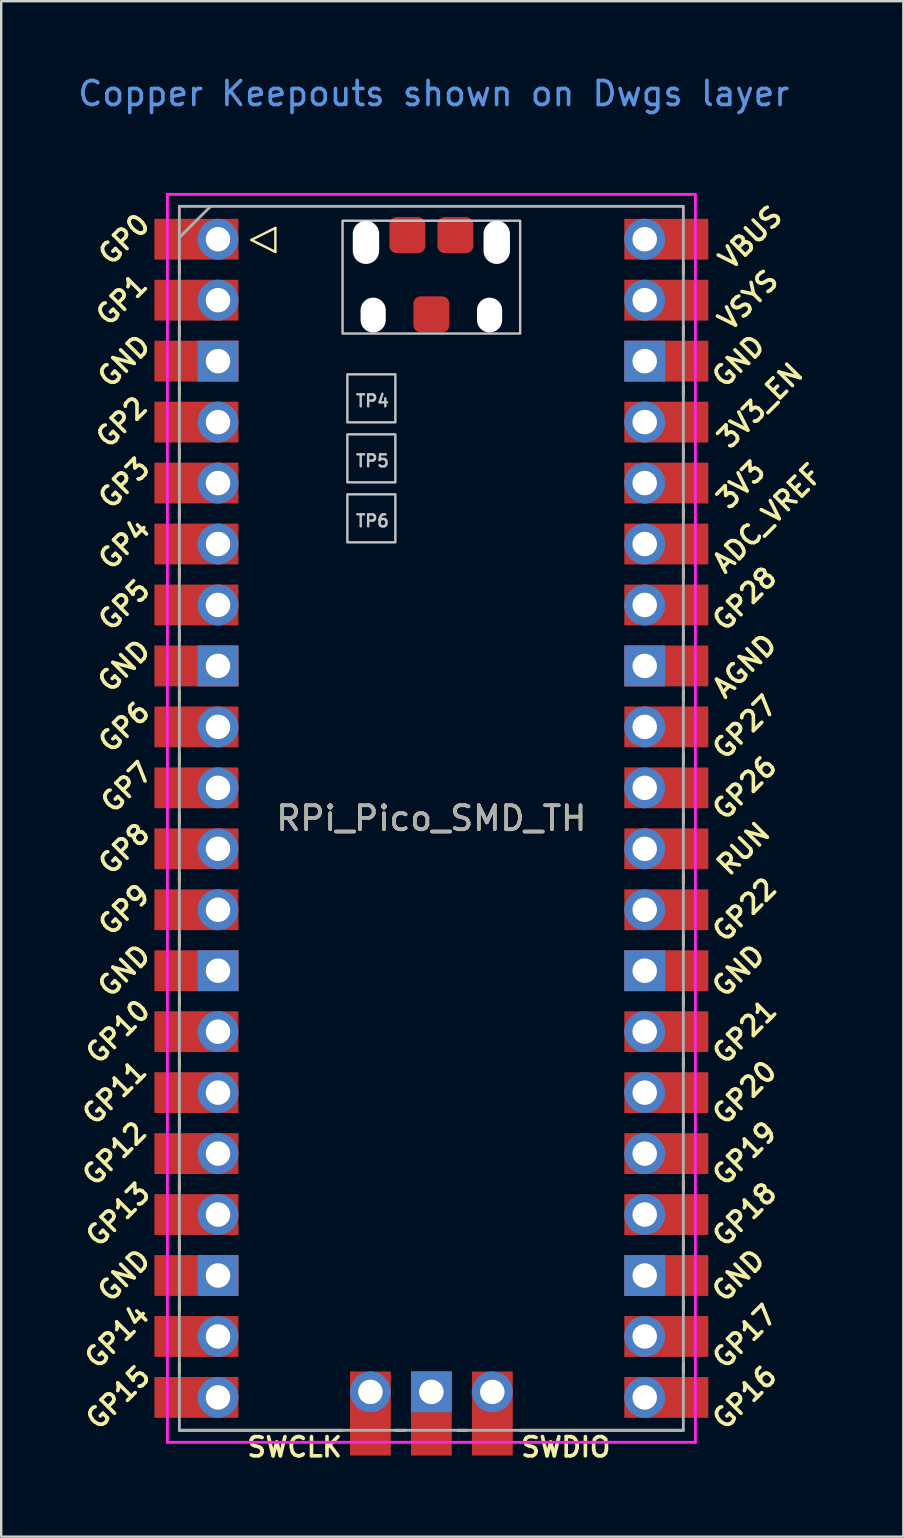
<source format=kicad_pcb>
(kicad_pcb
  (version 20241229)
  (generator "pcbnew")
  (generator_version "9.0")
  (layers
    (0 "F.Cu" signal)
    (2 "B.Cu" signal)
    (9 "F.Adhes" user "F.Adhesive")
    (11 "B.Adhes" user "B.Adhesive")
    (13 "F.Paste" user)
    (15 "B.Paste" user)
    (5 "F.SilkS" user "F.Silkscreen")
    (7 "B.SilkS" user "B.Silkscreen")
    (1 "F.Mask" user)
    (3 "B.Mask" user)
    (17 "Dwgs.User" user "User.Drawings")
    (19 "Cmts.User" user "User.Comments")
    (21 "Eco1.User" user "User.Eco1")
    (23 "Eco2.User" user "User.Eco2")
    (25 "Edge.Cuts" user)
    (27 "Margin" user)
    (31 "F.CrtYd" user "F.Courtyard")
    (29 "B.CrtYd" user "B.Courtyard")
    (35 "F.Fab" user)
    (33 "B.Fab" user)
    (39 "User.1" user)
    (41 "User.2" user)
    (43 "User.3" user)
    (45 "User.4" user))
  (footprint "RPi_Pico_SMD_TH"
    (layer "F.Cu")
    (at 14.924 31.048)
    (property "Reference" "RPi_Pico_SMD_TH" (at 0 0 0) (layer "F.SilkS") (effects (font (size 1 1) (thickness 0.15))))
    (fp_line (start -10.5 -23.1) (end -10.5 -22.7) (stroke (width 0.12) (type solid)) (layer "F.SilkS"))
    (fp_line (start -10.5 -20.5) (end -10.5 -20.1) (stroke (width 0.12) (type solid)) (layer "F.SilkS"))
    (fp_line (start -10.5 -18) (end -10.5 -17.6) (stroke (width 0.12) (type solid)) (layer "F.SilkS"))
    (fp_line (start -10.5 -15.4) (end -10.5 -15) (stroke (width 0.12) (type solid)) (layer "F.SilkS"))
    (fp_line (start -10.5 -12.9) (end -10.5 -12.5) (stroke (width 0.12) (type solid)) (layer "F.SilkS"))
    (fp_line (start -10.5 -10.4) (end -10.5 -10) (stroke (width 0.12) (type solid)) (layer "F.SilkS"))
    (fp_line (start -10.5 -7.8) (end -10.5 -7.4) (stroke (width 0.12) (type solid)) (layer "F.SilkS"))
    (fp_line (start -10.5 -5.3) (end -10.5 -4.9) (stroke (width 0.12) (type solid)) (layer "F.SilkS"))
    (fp_line (start -10.5 -2.7) (end -10.5 -2.3) (stroke (width 0.12) (type solid)) (layer "F.SilkS"))
    (fp_line (start -10.5 -0.2) (end -10.5 0.2) (stroke (width 0.12) (type solid)) (layer "F.SilkS"))
    (fp_line (start -10.5 2.3) (end -10.5 2.7) (stroke (width 0.12) (type solid)) (layer "F.SilkS"))
    (fp_line (start -10.5 4.9) (end -10.5 5.3) (stroke (width 0.12) (type solid)) (layer "F.SilkS"))
    (fp_line (start -10.5 7.4) (end -10.5 7.8) (stroke (width 0.12) (type solid)) (layer "F.SilkS"))
    (fp_line (start -10.5 10) (end -10.5 10.4) (stroke (width 0.12) (type solid)) (layer "F.SilkS"))
    (fp_line (start -10.5 12.5) (end -10.5 12.9) (stroke (width 0.12) (type solid)) (layer "F.SilkS"))
    (fp_line (start -10.5 15.1) (end -10.5 15.5) (stroke (width 0.12) (type solid)) (layer "F.SilkS"))
    (fp_line (start -10.5 17.6) (end -10.5 18) (stroke (width 0.12) (type solid)) (layer "F.SilkS"))
    (fp_line (start -10.5 20.1) (end -10.5 20.5) (stroke (width 0.12) (type solid)) (layer "F.SilkS"))
    (fp_line (start -10.5 22.7) (end -10.5 23.1) (stroke (width 0.12) (type solid)) (layer "F.SilkS"))
    (fp_line (start -7.5 -24.1) (end -6.5 -23.6) (stroke (width 0.1) (type default)) (layer "F.SilkS"))
    (fp_line (start -6.5 -24.6) (end -7.5 -24.1) (stroke (width 0.1) (type default)) (layer "F.SilkS"))
    (fp_line (start -6.5 -23.6) (end -6.5 -24.6) (stroke (width 0.1) (type default)) (layer "F.SilkS"))
    (fp_line (start -3.7 25.5) (end -10.5 25.5) (stroke (width 0.12) (type solid)) (layer "F.SilkS"))
    (fp_line (start -1.5 25.5) (end -1.1 25.5) (stroke (width 0.12) (type solid)) (layer "F.SilkS"))
    (fp_line (start 1.1 25.5) (end 1.5 25.5) (stroke (width 0.12) (type solid)) (layer "F.SilkS"))
    (fp_line (start 10.5 -23.1) (end 10.5 -22.7) (stroke (width 0.12) (type solid)) (layer "F.SilkS"))
    (fp_line (start 10.5 -20.5) (end 10.5 -20.1) (stroke (width 0.12) (type solid)) (layer "F.SilkS"))
    (fp_line (start 10.5 -18) (end 10.5 -17.6) (stroke (width 0.12) (type solid)) (layer "F.SilkS"))
    (fp_line (start 10.5 -15.4) (end 10.5 -15) (stroke (width 0.12) (type solid)) (layer "F.SilkS"))
    (fp_line (start 10.5 -12.9) (end 10.5 -12.5) (stroke (width 0.12) (type solid)) (layer "F.SilkS"))
    (fp_line (start 10.5 -10.4) (end 10.5 -10) (stroke (width 0.12) (type solid)) (layer "F.SilkS"))
    (fp_line (start 10.5 -7.8) (end 10.5 -7.4) (stroke (width 0.12) (type solid)) (layer "F.SilkS"))
    (fp_line (start 10.5 -5.3) (end 10.5 -4.9) (stroke (width 0.12) (type solid)) (layer "F.SilkS"))
    (fp_line (start 10.5 -2.7) (end 10.5 -2.3) (stroke (width 0.12) (type solid)) (layer "F.SilkS"))
    (fp_line (start 10.5 -0.2) (end 10.5 0.2) (stroke (width 0.12) (type solid)) (layer "F.SilkS"))
    (fp_line (start 10.5 2.3) (end 10.5 2.7) (stroke (width 0.12) (type solid)) (layer "F.SilkS"))
    (fp_line (start 10.5 4.9) (end 10.5 5.3) (stroke (width 0.12) (type solid)) (layer "F.SilkS"))
    (fp_line (start 10.5 7.4) (end 10.5 7.8) (stroke (width 0.12) (type solid)) (layer "F.SilkS"))
    (fp_line (start 10.5 10) (end 10.5 10.4) (stroke (width 0.12) (type solid)) (layer "F.SilkS"))
    (fp_line (start 10.5 12.5) (end 10.5 12.9) (stroke (width 0.12) (type solid)) (layer "F.SilkS"))
    (fp_line (start 10.5 15.1) (end 10.5 15.5) (stroke (width 0.12) (type solid)) (layer "F.SilkS"))
    (fp_line (start 10.5 17.6) (end 10.5 18) (stroke (width 0.12) (type solid)) (layer "F.SilkS"))
    (fp_line (start 10.5 20.1) (end 10.5 20.5) (stroke (width 0.12) (type solid)) (layer "F.SilkS"))
    (fp_line (start 10.5 22.7) (end 10.5 23.1) (stroke (width 0.12) (type solid)) (layer "F.SilkS"))
    (fp_line (start 10.5 25.5) (end 3.7 25.5) (stroke (width 0.12) (type solid)) (layer "F.SilkS"))
    (fp_poly (pts (xy -1.5 -16.5) (xy -3.5 -16.5) (xy -3.5 -18.5) (xy -1.5 -18.5)) (stroke (width 0.1) (type solid)) (fill no) (layer "Dwgs.User"))
    (fp_poly (pts (xy -1.5 -14) (xy -3.5 -14) (xy -3.5 -16) (xy -1.5 -16)) (stroke (width 0.1) (type solid)) (fill no) (layer "Dwgs.User"))
    (fp_poly (pts (xy -1.5 -11.5) (xy -3.5 -11.5) (xy -3.5 -13.5) (xy -1.5 -13.5)) (stroke (width 0.1) (type solid)) (fill no) (layer "Dwgs.User"))
    (fp_poly (pts (xy 3.7 -20.2) (xy -3.7 -20.2) (xy -3.7 -24.9) (xy 3.7 -24.9)) (stroke (width 0.1) (type solid)) (fill no) (layer "Dwgs.User"))
    (fp_line (start -11 -26) (end 11 -26) (stroke (width 0.12) (type solid)) (layer "F.CrtYd"))
    (fp_line (start -11 26) (end -11 -26) (stroke (width 0.12) (type solid)) (layer "F.CrtYd"))
    (fp_line (start 11 -26) (end 11 26) (stroke (width 0.12) (type solid)) (layer "F.CrtYd"))
    (fp_line (start 11 26) (end -11 26) (stroke (width 0.12) (type solid)) (layer "F.CrtYd"))
    (fp_line (start -10.5 -25.5) (end 10.5 -25.5) (stroke (width 0.12) (type solid)) (layer "F.Fab"))
    (fp_line (start -10.5 -24.2) (end -9.2 -25.5) (stroke (width 0.12) (type solid)) (layer "F.Fab"))
    (fp_line (start -10.5 25.5) (end -10.5 -25.5) (stroke (width 0.12) (type solid)) (layer "F.Fab"))
    (fp_line (start 10.5 -25.5) (end 10.5 25.5) (stroke (width 0.12) (type solid)) (layer "F.Fab"))
    (fp_line (start 10.5 25.5) (end -10.5 25.5) (stroke (width 0.12) (type solid)) (layer "F.Fab"))
    (fp_text user "GP19" (at 13.054 13.97 45) (layer "F.SilkS") (effects (font (size 0.8 0.8) (thickness 0.15))))
    (fp_text user "AGND" (at 13.054 -6.35 45) (layer "F.SilkS") (effects (font (size 0.8 0.8) (thickness 0.15))))
    (fp_text user "GP18" (at 13.054 16.51 45) (layer "F.SilkS") (effects (font (size 0.8 0.8) (thickness 0.15))))
    (fp_text user "GP4" (at -12.8 -11.43 45) (layer "F.SilkS") (effects (font (size 0.8 0.8) (thickness 0.15))))
    (fp_text user "GP7" (at -12.7 -1.3 45) (layer "F.SilkS") (effects (font (size 0.8 0.8) (thickness 0.15))))
    (fp_text user "VSYS" (at 13.2 -21.59 45) (layer "F.SilkS") (effects (font (size 0.8 0.8) (thickness 0.15))))
    (fp_text user "GP26" (at 13.054 -1.27 45) (layer "F.SilkS") (effects (font (size 0.8 0.8) (thickness 0.15))))
    (fp_text user "GP8" (at -12.8 1.27 45) (layer "F.SilkS") (effects (font (size 0.8 0.8) (thickness 0.15))))
    (fp_text user "GND" (at -12.8 -6.35 45) (layer "F.SilkS") (effects (font (size 0.8 0.8) (thickness 0.15))))
    (fp_text user "GND" (at -12.8 6.35 45) (layer "F.SilkS") (effects (font (size 0.8 0.8) (thickness 0.15))))
    (fp_text user "SWDIO" (at 5.6 26.2 0) (layer "F.SilkS") (effects (font (size 0.8 0.8) (thickness 0.15))))
    (fp_text user "VBUS" (at 13.3 -24.2 45) (layer "F.SilkS") (effects (font (size 0.8 0.8) (thickness 0.15))))
    (fp_text user "3V3" (at 12.9 -13.9 45) (layer "F.SilkS") (effects (font (size 0.8 0.8) (thickness 0.15))))
    (fp_text user "GND" (at -12.8 19.05 45) (layer "F.SilkS") (effects (font (size 0.8 0.8) (thickness 0.15))))
    (fp_text user "GND" (at -12.8 -19.05 45) (layer "F.SilkS") (effects (font (size 0.8 0.8) (thickness 0.15))))
    (fp_text user "GND" (at 12.8 19.05 45) (layer "F.SilkS") (effects (font (size 0.8 0.8) (thickness 0.15))))
    (fp_text user "GND" (at 12.8 6.35 45) (layer "F.SilkS") (effects (font (size 0.8 0.8) (thickness 0.15))))
    (fp_text user "GP9" (at -12.8 3.81 45) (layer "F.SilkS") (effects (font (size 0.8 0.8) (thickness 0.15))))
    (fp_text user "GP5" (at -12.8 -8.89 45) (layer "F.SilkS") (effects (font (size 0.8 0.8) (thickness 0.15))))
    (fp_text user "GP6" (at -12.8 -3.81 45) (layer "F.SilkS") (effects (font (size 0.8 0.8) (thickness 0.15))))
    (fp_text user "GP21" (at 13.054 8.9 45) (layer "F.SilkS") (effects (font (size 0.8 0.8) (thickness 0.15))))
    (fp_text user "GP20" (at 13.054 11.43 45) (layer "F.SilkS") (effects (font (size 0.8 0.8) (thickness 0.15))))
    (fp_text user "GP12" (at -13.2 13.97 45) (layer "F.SilkS") (effects (font (size 0.8 0.8) (thickness 0.15))))
    (fp_text user "ADC_VREF" (at 14 -12.5 45) (layer "F.SilkS") (effects (font (size 0.8 0.8) (thickness 0.15))))
    (fp_text user "RUN" (at 13 1.27 45) (layer "F.SilkS") (effects (font (size 0.8 0.8) (thickness 0.15))))
    (fp_text user "GP3" (at -12.8 -13.97 45) (layer "F.SilkS") (effects (font (size 0.8 0.8) (thickness 0.15))))
    (fp_text user "GP15" (at -13.054 24.13 45) (layer "F.SilkS") (effects (font (size 0.8 0.8) (thickness 0.15))))
    (fp_text user "GP0" (at -12.8 -24.13 45) (layer "F.SilkS") (effects (font (size 0.8 0.8) (thickness 0.15))))
    (fp_text user "3V3_EN" (at 13.7 -17.2 45) (layer "F.SilkS") (effects (font (size 0.8 0.8) (thickness 0.15))))
    (fp_text user "GP27" (at 13.054 -3.8 45) (layer "F.SilkS") (effects (font (size 0.8 0.8) (thickness 0.15))))
    (fp_text user "GP17" (at 13.054 21.59 45) (layer "F.SilkS") (effects (font (size 0.8 0.8) (thickness 0.15))))
    (fp_text user "GND" (at 12.8 -19.05 45) (layer "F.SilkS") (effects (font (size 0.8 0.8) (thickness 0.15))))
    (fp_text user "GP11" (at -13.2 11.43 45) (layer "F.SilkS") (effects (font (size 0.8 0.8) (thickness 0.15))))
    (fp_text user "SWCLK" (at -5.7 26.2 0) (layer "F.SilkS") (effects (font (size 0.8 0.8) (thickness 0.15))))
    (fp_text user "GP14" (at -13.1 21.59 45) (layer "F.SilkS") (effects (font (size 0.8 0.8) (thickness 0.15))))
    (fp_text user "GP2" (at -12.9 -16.51 45) (layer "F.SilkS") (effects (font (size 0.8 0.8) (thickness 0.15))))
    (fp_text user "GP13" (at -13.054 16.51 45) (layer "F.SilkS") (effects (font (size 0.8 0.8) (thickness 0.15))))
    (fp_text user "GP28" (at 13.054 -9.144 45) (layer "F.SilkS") (effects (font (size 0.8 0.8) (thickness 0.15))))
    (fp_text user "GP1" (at -12.9 -21.6 45) (layer "F.SilkS") (effects (font (size 0.8 0.8) (thickness 0.15))))
    (fp_text user "GP10" (at -13.054 8.89 45) (layer "F.SilkS") (effects (font (size 0.8 0.8) (thickness 0.15))))
    (fp_text user "GP22" (at 13.054 3.81 45) (layer "F.SilkS") (effects (font (size 0.8 0.8) (thickness 0.15))))
    (fp_text user "GP16" (at 13.054 24.13 45) (layer "F.SilkS") (effects (font (size 0.8 0.8) (thickness 0.15))))
    (fp_text user "TP6" (at -3.2 -12.1 0) (unlocked yes) (layer "Dwgs.User") (effects (font (size 0.5 0.5) (thickness 0.1) (bold yes)) (justify left bottom)))
    (fp_text user "TP4" (at -3.2 -17.1 0) (unlocked yes) (layer "Dwgs.User") (effects (font (size 0.5 0.5) (thickness 0.1) (bold yes)) (justify left bottom)))
    (fp_text user "TP5" (at -3.2 -14.6 0) (unlocked yes) (layer "Dwgs.User") (effects (font (size 0.5 0.5) (thickness 0.1) (bold yes)) (justify left bottom)))
    (fp_text user "Copper Keepouts shown on Dwgs layer" (at 0.1 -30.2 0) (layer "Cmts.User") (effects (font (size 1 1) (thickness 0.15))))
    (fp_text user "${REFERENCE}" (at 0 0 180) (layer "F.Fab") (effects (font (size 1 1) (thickness 0.15))))
    (pad "" np_thru_hole oval (at -2.725 -24) (size 1.1 1.8) (drill oval 1.2 1.9) (layers "*.Cu" "*.Mask"))
    (pad "" np_thru_hole oval (at -2.425 -20.97) (size 1.05 1.45) (drill oval 1.15 1.55) (layers "*.Cu" "*.Mask"))
    (pad "" np_thru_hole oval (at 2.425 -20.97) (size 1.05 1.45) (drill oval 1.15 1.55) (layers "*.Cu" "*.Mask"))
    (pad "" np_thru_hole oval (at 2.725 -24) (size 1.1 1.8) (drill oval 1.2 1.9) (layers "*.Cu" "*.Mask"))
    (pad "1" thru_hole oval (at -8.89 -24.13) (size 1.7 1.7) (drill 1.02) (layers "*.Cu" "*.Mask"))
    (pad "1" smd rect (at -8.89 -24.13) (size 3.5 1.7) (drill (offset -0.9 0)) (layers "F.Cu" "F.Mask"))
    (pad "2" thru_hole oval (at -8.89 -21.59) (size 1.7 1.7) (drill 1.02) (layers "*.Cu" "*.Mask"))
    (pad "2" smd rect (at -8.89 -21.59) (size 3.5 1.7) (drill (offset -0.9 0)) (layers "F.Cu" "F.Mask"))
    (pad "3" thru_hole rect (at -8.89 -19.05) (size 1.7 1.7) (drill 1.02) (layers "*.Cu" "*.Mask"))
    (pad "3" smd rect (at -8.89 -19.05) (size 3.5 1.7) (drill (offset -0.9 0)) (layers "F.Cu" "F.Mask"))
    (pad "4" thru_hole oval (at -8.89 -16.51) (size 1.7 1.7) (drill 1.02) (layers "*.Cu" "*.Mask"))
    (pad "4" smd rect (at -8.89 -16.51) (size 3.5 1.7) (drill (offset -0.9 0)) (layers "F.Cu" "F.Mask"))
    (pad "5" thru_hole oval (at -8.89 -13.97) (size 1.7 1.7) (drill 1.02) (layers "*.Cu" "*.Mask"))
    (pad "5" smd rect (at -8.89 -13.97) (size 3.5 1.7) (drill (offset -0.9 0)) (layers "F.Cu" "F.Mask"))
    (pad "6" thru_hole oval (at -8.89 -11.43) (size 1.7 1.7) (drill 1.02) (layers "*.Cu" "*.Mask"))
    (pad "6" smd rect (at -8.89 -11.43) (size 3.5 1.7) (drill (offset -0.9 0)) (layers "F.Cu" "F.Mask"))
    (pad "7" thru_hole oval (at -8.89 -8.89) (size 1.7 1.7) (drill 1.02) (layers "*.Cu" "*.Mask"))
    (pad "7" smd rect (at -8.89 -8.89) (size 3.5 1.7) (drill (offset -0.9 0)) (layers "F.Cu" "F.Mask"))
    (pad "8" thru_hole rect (at -8.89 -6.35) (size 1.7 1.7) (drill 1.02) (layers "*.Cu" "*.Mask"))
    (pad "8" smd rect (at -8.89 -6.35) (size 3.5 1.7) (drill (offset -0.9 0)) (layers "F.Cu" "F.Mask"))
    (pad "9" thru_hole oval (at -8.89 -3.81) (size 1.7 1.7) (drill 1.02) (layers "*.Cu" "*.Mask"))
    (pad "9" smd rect (at -8.89 -3.81) (size 3.5 1.7) (drill (offset -0.9 0)) (layers "F.Cu" "F.Mask"))
    (pad "10" thru_hole oval (at -8.89 -1.27) (size 1.7 1.7) (drill 1.02) (layers "*.Cu" "*.Mask"))
    (pad "10" smd rect (at -8.89 -1.27) (size 3.5 1.7) (drill (offset -0.9 0)) (layers "F.Cu" "F.Mask"))
    (pad "11" thru_hole oval (at -8.89 1.27) (size 1.7 1.7) (drill 1.02) (layers "*.Cu" "*.Mask"))
    (pad "11" smd rect (at -8.89 1.27) (size 3.5 1.7) (drill (offset -0.9 0)) (layers "F.Cu" "F.Mask"))
    (pad "12" thru_hole oval (at -8.89 3.81) (size 1.7 1.7) (drill 1.02) (layers "*.Cu" "*.Mask"))
    (pad "12" smd rect (at -8.89 3.81) (size 3.5 1.7) (drill (offset -0.9 0)) (layers "F.Cu" "F.Mask"))
    (pad "13" thru_hole rect (at -8.89 6.35) (size 1.7 1.7) (drill 1.02) (layers "*.Cu" "*.Mask"))
    (pad "13" smd rect (at -8.89 6.35) (size 3.5 1.7) (drill (offset -0.9 0)) (layers "F.Cu" "F.Mask"))
    (pad "14" thru_hole oval (at -8.89 8.89) (size 1.7 1.7) (drill 1.02) (layers "*.Cu" "*.Mask"))
    (pad "14" smd rect (at -8.89 8.89) (size 3.5 1.7) (drill (offset -0.9 0)) (layers "F.Cu" "F.Mask"))
    (pad "15" thru_hole oval (at -8.89 11.43) (size 1.7 1.7) (drill 1.02) (layers "*.Cu" "*.Mask"))
    (pad "15" smd rect (at -8.89 11.43) (size 3.5 1.7) (drill (offset -0.9 0)) (layers "F.Cu" "F.Mask"))
    (pad "16" thru_hole oval (at -8.89 13.97) (size 1.7 1.7) (drill 1.02) (layers "*.Cu" "*.Mask"))
    (pad "16" smd rect (at -8.89 13.97) (size 3.5 1.7) (drill (offset -0.9 0)) (layers "F.Cu" "F.Mask"))
    (pad "17" thru_hole oval (at -8.89 16.51) (size 1.7 1.7) (drill 1.02) (layers "*.Cu" "*.Mask"))
    (pad "17" smd rect (at -8.89 16.51) (size 3.5 1.7) (drill (offset -0.9 0)) (layers "F.Cu" "F.Mask"))
    (pad "18" thru_hole rect (at -8.89 19.05) (size 1.7 1.7) (drill 1.02) (layers "*.Cu" "*.Mask"))
    (pad "18" smd rect (at -8.89 19.05) (size 3.5 1.7) (drill (offset -0.9 0)) (layers "F.Cu" "F.Mask"))
    (pad "19" thru_hole oval (at -8.89 21.59) (size 1.7 1.7) (drill 1.02) (layers "*.Cu" "*.Mask"))
    (pad "19" smd rect (at -8.89 21.59) (size 3.5 1.7) (drill (offset -0.9 0)) (layers "F.Cu" "F.Mask"))
    (pad "20" thru_hole oval (at -8.89 24.13) (size 1.7 1.7) (drill 1.02) (layers "*.Cu" "*.Mask"))
    (pad "20" smd rect (at -8.89 24.13) (size 3.5 1.7) (drill (offset -0.9 0)) (layers "F.Cu" "F.Mask"))
    (pad "21" thru_hole oval (at 8.89 24.13) (size 1.7 1.7) (drill 1.02) (layers "*.Cu" "*.Mask"))
    (pad "21" smd rect (at 8.89 24.13) (size 3.5 1.7) (drill (offset 0.9 0)) (layers "F.Cu" "F.Mask"))
    (pad "22" thru_hole oval (at 8.89 21.59) (size 1.7 1.7) (drill 1.02) (layers "*.Cu" "*.Mask"))
    (pad "22" smd rect (at 8.89 21.59) (size 3.5 1.7) (drill (offset 0.9 0)) (layers "F.Cu" "F.Mask"))
    (pad "23" thru_hole rect (at 8.89 19.05) (size 1.7 1.7) (drill 1.02) (layers "*.Cu" "*.Mask"))
    (pad "23" smd rect (at 8.89 19.05) (size 3.5 1.7) (drill (offset 0.9 0)) (layers "F.Cu" "F.Mask"))
    (pad "24" thru_hole oval (at 8.89 16.51) (size 1.7 1.7) (drill 1.02) (layers "*.Cu" "*.Mask"))
    (pad "24" smd rect (at 8.89 16.51) (size 3.5 1.7) (drill (offset 0.9 0)) (layers "F.Cu" "F.Mask"))
    (pad "25" thru_hole oval (at 8.89 13.97) (size 1.7 1.7) (drill 1.02) (layers "*.Cu" "*.Mask"))
    (pad "25" smd rect (at 8.89 13.97) (size 3.5 1.7) (drill (offset 0.9 0)) (layers "F.Cu" "F.Mask"))
    (pad "26" thru_hole oval (at 8.89 11.43) (size 1.7 1.7) (drill 1.02) (layers "*.Cu" "*.Mask"))
    (pad "26" smd rect (at 8.89 11.43) (size 3.5 1.7) (drill (offset 0.9 0)) (layers "F.Cu" "F.Mask"))
    (pad "27" thru_hole oval (at 8.89 8.89) (size 1.7 1.7) (drill 1.02) (layers "*.Cu" "*.Mask"))
    (pad "27" smd rect (at 8.89 8.89) (size 3.5 1.7) (drill (offset 0.9 0)) (layers "F.Cu" "F.Mask"))
    (pad "28" thru_hole rect (at 8.89 6.35) (size 1.7 1.7) (drill 1.02) (layers "*.Cu" "*.Mask"))
    (pad "28" smd rect (at 8.89 6.35) (size 3.5 1.7) (drill (offset 0.9 0)) (layers "F.Cu" "F.Mask"))
    (pad "29" thru_hole oval (at 8.89 3.81) (size 1.7 1.7) (drill 1.02) (layers "*.Cu" "*.Mask"))
    (pad "29" smd rect (at 8.89 3.81) (size 3.5 1.7) (drill (offset 0.9 0)) (layers "F.Cu" "F.Mask"))
    (pad "30" thru_hole oval (at 8.89 1.27) (size 1.7 1.7) (drill 1.02) (layers "*.Cu" "*.Mask"))
    (pad "30" smd rect (at 8.89 1.27) (size 3.5 1.7) (drill (offset 0.9 0)) (layers "F.Cu" "F.Mask"))
    (pad "31" thru_hole oval (at 8.89 -1.27) (size 1.7 1.7) (drill 1.02) (layers "*.Cu" "*.Mask"))
    (pad "31" smd rect (at 8.89 -1.27) (size 3.5 1.7) (drill (offset 0.9 0)) (layers "F.Cu" "F.Mask"))
    (pad "32" thru_hole oval (at 8.89 -3.81) (size 1.7 1.7) (drill 1.02) (layers "*.Cu" "*.Mask"))
    (pad "32" smd rect (at 8.89 -3.81) (size 3.5 1.7) (drill (offset 0.9 0)) (layers "F.Cu" "F.Mask"))
    (pad "33" thru_hole rect (at 8.89 -6.35) (size 1.7 1.7) (drill 1.02) (layers "*.Cu" "*.Mask"))
    (pad "33" smd rect (at 8.89 -6.35) (size 3.5 1.7) (drill (offset 0.9 0)) (layers "F.Cu" "F.Mask"))
    (pad "34" thru_hole oval (at 8.89 -8.89) (size 1.7 1.7) (drill 1.02) (layers "*.Cu" "*.Mask"))
    (pad "34" smd rect (at 8.89 -8.89) (size 3.5 1.7) (drill (offset 0.9 0)) (layers "F.Cu" "F.Mask"))
    (pad "35" thru_hole oval (at 8.89 -11.43) (size 1.7 1.7) (drill 1.02) (layers "*.Cu" "*.Mask"))
    (pad "35" smd rect (at 8.89 -11.43) (size 3.5 1.7) (drill (offset 0.9 0)) (layers "F.Cu" "F.Mask"))
    (pad "36" thru_hole oval (at 8.89 -13.97) (size 1.7 1.7) (drill 1.02) (layers "*.Cu" "*.Mask"))
    (pad "36" smd rect (at 8.89 -13.97) (size 3.5 1.7) (drill (offset 0.9 0)) (layers "F.Cu" "F.Mask"))
    (pad "37" thru_hole oval (at 8.89 -16.51) (size 1.7 1.7) (drill 1.02) (layers "*.Cu" "*.Mask"))
    (pad "37" smd rect (at 8.89 -16.51) (size 3.5 1.7) (drill (offset 0.9 0)) (layers "F.Cu" "F.Mask"))
    (pad "38" thru_hole rect (at 8.89 -19.05) (size 1.7 1.7) (drill 1.02) (layers "*.Cu" "*.Mask"))
    (pad "38" smd rect (at 8.89 -19.05) (size 3.5 1.7) (drill (offset 0.9 0)) (layers "F.Cu" "F.Mask"))
    (pad "39" thru_hole oval (at 8.89 -21.59) (size 1.7 1.7) (drill 1.02) (layers "*.Cu" "*.Mask"))
    (pad "39" smd rect (at 8.89 -21.59) (size 3.5 1.7) (drill (offset 0.9 0)) (layers "F.Cu" "F.Mask"))
    (pad "40" thru_hole oval (at 8.89 -24.13) (size 1.7 1.7) (drill 1.02) (layers "*.Cu" "*.Mask"))
    (pad "40" smd rect (at 8.89 -24.13) (size 3.5 1.7) (drill (offset 0.9 0)) (layers "F.Cu" "F.Mask"))
    (pad "41" thru_hole oval (at -2.54 23.9) (size 1.7 1.7) (drill 1.02) (layers "*.Cu" "*.Mask"))
    (pad "41" smd rect (at -2.54 23.9 90) (size 3.5 1.7) (drill (offset -0.9 0)) (layers "F.Cu" "F.Mask"))
    (pad "42" thru_hole rect (at 0 23.9) (size 1.7 1.7) (drill 1.02) (layers "*.Cu" "*.Mask"))
    (pad "42" smd rect (at 0 23.9 90) (size 3.5 1.7) (drill (offset -0.9 0)) (layers "F.Cu" "F.Mask"))
    (pad "43" thru_hole oval (at 2.54 23.9) (size 1.7 1.7) (drill 1.02) (layers "*.Cu" "*.Mask"))
    (pad "43" smd rect (at 2.54 23.9 90) (size 3.5 1.7) (drill (offset -0.9 0)) (layers "F.Cu" "F.Mask"))
    (pad "TP1" smd roundrect (at 0 -21) (size 1.5 1.5) (layers "F.Cu" "F.Mask" "F.Paste") (roundrect_rratio 0.2))
    (pad "TP2" smd roundrect (at 1 -24.3) (size 1.5 1.5) (layers "F.Cu" "F.Mask" "F.Paste") (roundrect_rratio 0.2))
    (pad "TP3" smd roundrect (at -1 -24.3) (size 1.5 1.5) (layers "F.Cu" "F.Mask" "F.Paste") (roundrect_rratio 0.2)))
  (gr_rect
    (start -3 -3)
    (end 34.591 60.98)
    (stroke (width 0.1) (type default))
    (fill no)
    (layer "Edge.Cuts")))
</source>
